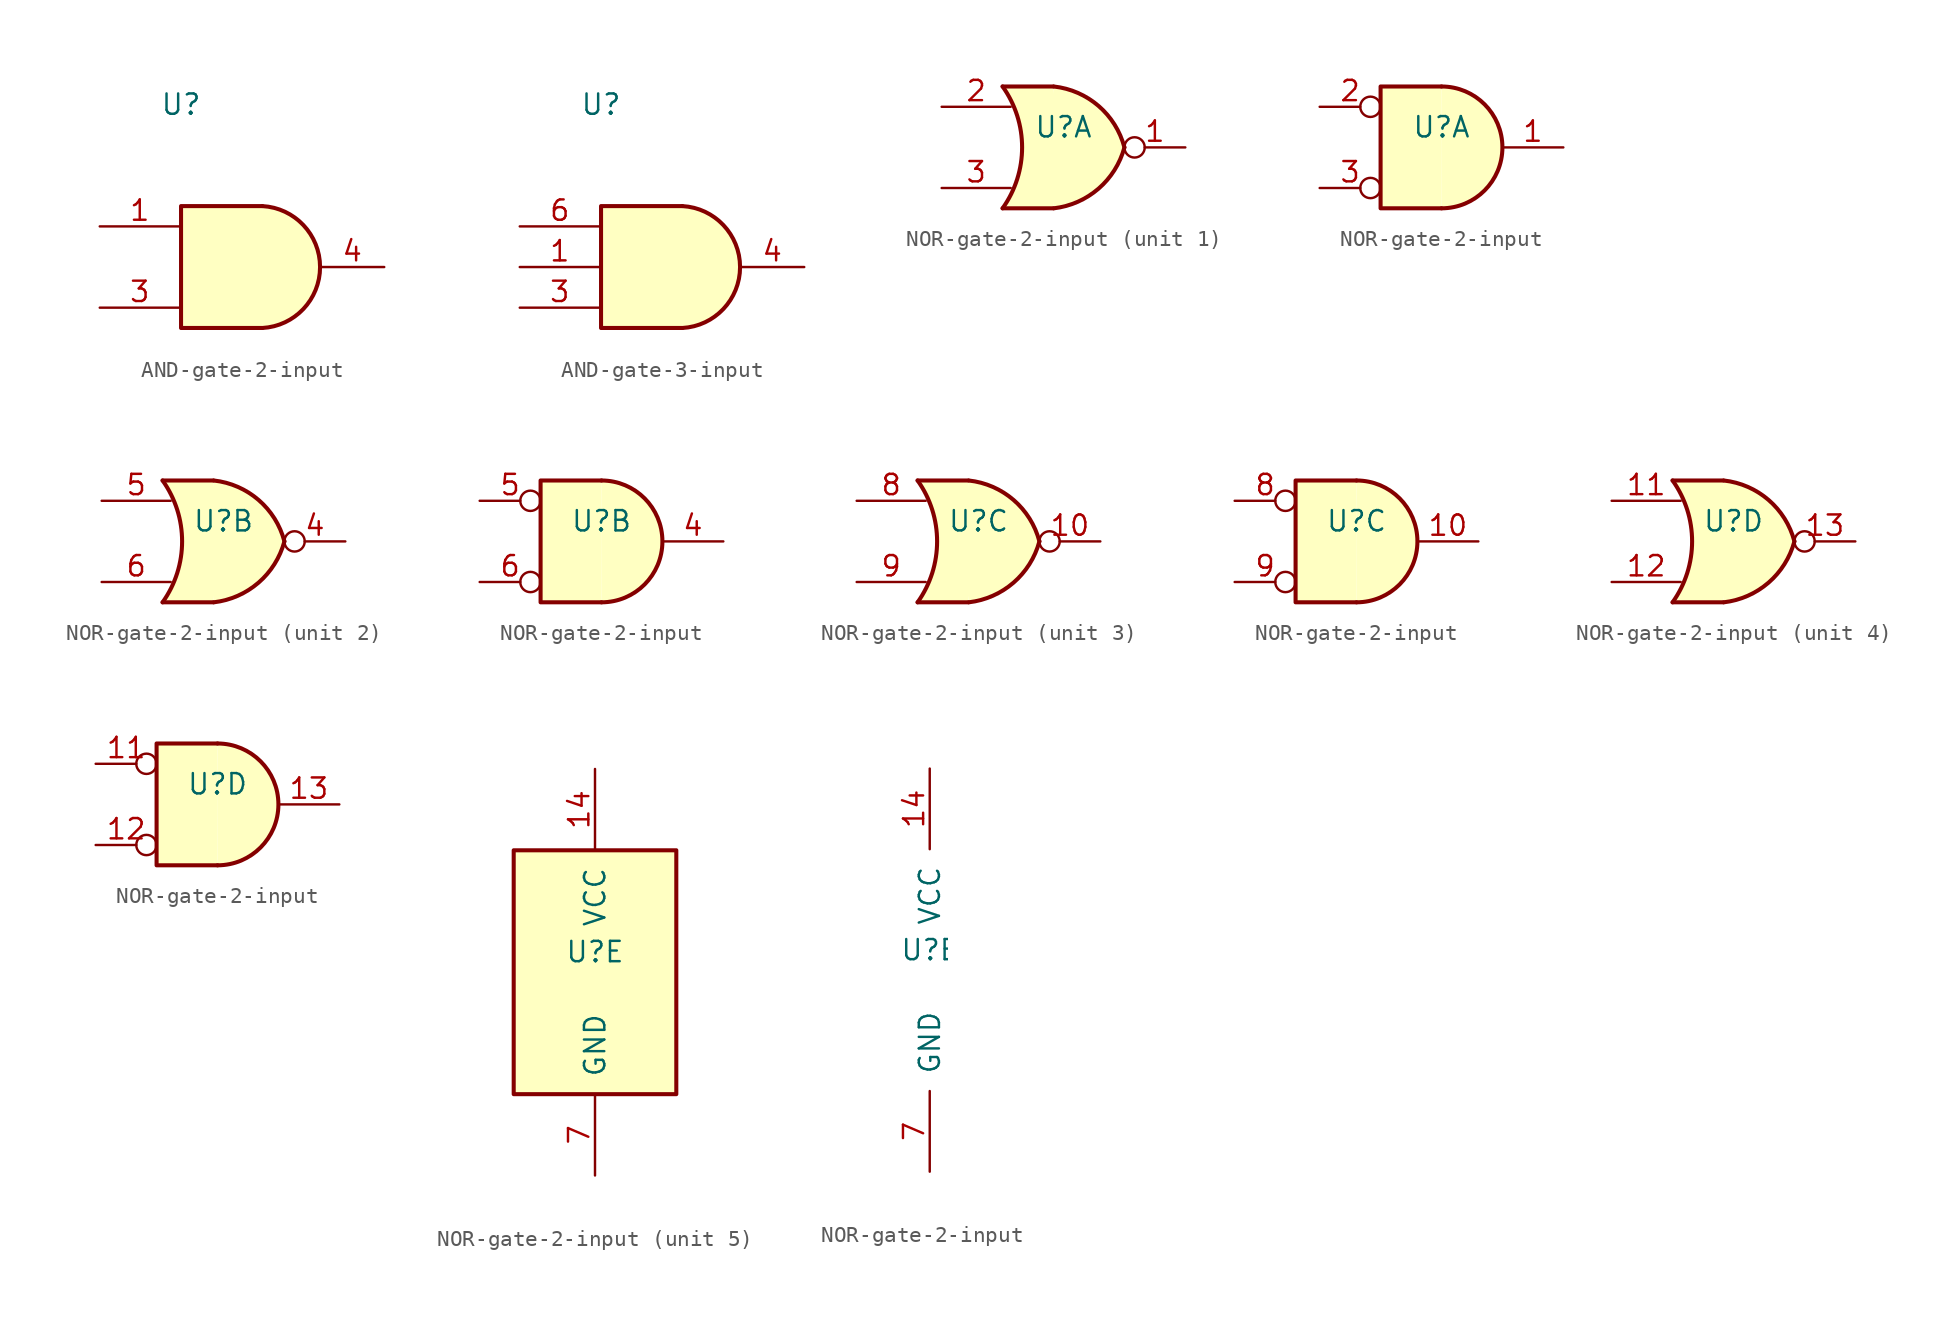
<source format=kicad_sym>
(kicad_symbol_lib
  (version 20220914)
  (generator kicad_symbol_editor)
  (symbol "AND-gate-2-input"
    (property "Reference" "U"
      (at -5.08 10.16 0)
      (effects (font (size 1.27 1.27))))
    (symbol "AND-gate-2-input_0_1"
      (arc (start 0 -3.81) (mid 3.609 0) (end 0 3.81) (stroke (width 0.254) (type default)) (fill (type background)))
      (polyline (pts (xy 0 -3.81) (xy -5.08 -3.81) (xy -5.08 3.81) (xy 0 3.81)) (stroke (width 0.254) (type default)) (fill (type background))))
    (symbol "AND-gate-2-input_1_1"
      (pin input line (at -10.16 2.54 0) (length 5) (name "~" (effects (font (size 1.27 1.27)))) (number "1" (effects (font (size 1.27 1.27)))))
      (pin input line (at -10.16 -2.54 0) (length 5) (name "~" (effects (font (size 1.27 1.27)))) (number "3" (effects (font (size 1.27 1.27)))))
      (pin output line (at 7.62 0 180) (length 4) (name "~" (effects (font (size 1.27 1.27)))) (number "4" (effects (font (size 1.27 1.27)))))))
  (symbol "AND-gate-3-input"
    (property "Reference" "U"
      (at -5.08 10.16 0)
      (effects (font (size 1.27 1.27))))
    (symbol "AND-gate-3-input_0_1"
      (arc (start 0 -3.81) (mid 3.609 0) (end 0 3.81) (stroke (width 0.254) (type default)) (fill (type background)))
      (polyline (pts (xy 0 -3.81) (xy -5.08 -3.81) (xy -5.08 3.81) (xy 0 3.81)) (stroke (width 0.254) (type default)) (fill (type background))))
    (symbol "AND-gate-3-input_1_1"
      (pin input line (at -10.16 0 0) (length 5) (name "~" (effects (font (size 1.27 1.27)))) (number "1" (effects (font (size 1.27 1.27)))))
      (pin input line (at -10.16 -2.54 0) (length 5) (name "~" (effects (font (size 1.27 1.27)))) (number "3" (effects (font (size 1.27 1.27)))))
      (pin output line (at 7.62 0 180) (length 4) (name "~" (effects (font (size 1.27 1.27)))) (number "4" (effects (font (size 1.27 1.27)))))
      (pin input line (at -10.16 2.54 0) (length 5) (name "~" (effects (font (size 1.27 1.27)))) (number "6" (effects (font (size 1.27 1.27)))))))
  (symbol "NOR-gate-2-input"
    (pin_names
      (offset 1.016))
    (property "Reference" "U"
      (at 0 1.27 0)
      (effects (font (size 1.27 1.27))))
    (property "ki_locked" ""
      (at 0 0 0)
      (effects (font (size 1.27 1.27))))
    (symbol "NOR-gate-2-input_1_1"
      (arc (start -3.81 -3.81) (mid -2.589 0) (end -3.81 3.81) (stroke (width 0.254) (type default)) (fill (type none)))
      (arc (start -0.6096 -3.81) (mid 2.1842 -2.5851) (end 3.81 0) (stroke (width 0.254) (type default)) (fill (type background)))
      (polyline (pts (xy -3.81 -3.81) (xy -0.635 -3.81)) (stroke (width 0.254) (type default)) (fill (type background)))
      (polyline (pts (xy -3.81 3.81) (xy -0.635 3.81)) (stroke (width 0.254) (type default)) (fill (type background)))
      (polyline (pts (xy -0.635 3.81) (xy -3.81 3.81) (xy -3.81 3.81) (xy -3.556 3.404) (xy -3.023 2.261) (xy -2.692 1.041) (xy -2.616 -0.254) (xy -2.769 -1.499) (xy -3.175 -2.718) (xy -3.81 -3.81) (xy -3.81 -3.81) (xy -0.635 -3.81)) (stroke (width -25.4) (type default)) (fill (type background)))
      (arc (start 3.81 0) (mid 2.1915 2.5936) (end -0.6096 3.81) (stroke (width 0.254) (type default)) (fill (type background)))
      (pin output inverted (at 7.62 0 180) (length 3.81) (name "~" (effects (font (size 1.27 1.27)))) (number "1" (effects (font (size 1.27 1.27)))))
      (pin input line (at -7.62 2.54 0) (length 4.318) (name "~" (effects (font (size 1.27 1.27)))) (number "2" (effects (font (size 1.27 1.27)))))
      (pin input line (at -7.62 -2.54 0) (length 4.318) (name "~" (effects (font (size 1.27 1.27)))) (number "3" (effects (font (size 1.27 1.27))))))
    (symbol "NOR-gate-2-input_1_2"
      (arc (start 0 -3.81) (mid 3.7934 0) (end 0 3.81) (stroke (width 0.254) (type default)) (fill (type background)))
      (polyline (pts (xy 0 3.81) (xy -3.81 3.81) (xy -3.81 -3.81) (xy 0 -3.81)) (stroke (width 0.254) (type default)) (fill (type background)))
      (pin output line (at 7.62 0 180) (length 3.81) (name "~" (effects (font (size 1.27 1.27)))) (number "1" (effects (font (size 1.27 1.27)))))
      (pin input inverted (at -7.62 2.54 0) (length 3.81) (name "~" (effects (font (size 1.27 1.27)))) (number "2" (effects (font (size 1.27 1.27)))))
      (pin input inverted (at -7.62 -2.54 0) (length 3.81) (name "~" (effects (font (size 1.27 1.27)))) (number "3" (effects (font (size 1.27 1.27))))))
    (symbol "NOR-gate-2-input_2_1"
      (arc (start -3.81 -3.81) (mid -2.589 0) (end -3.81 3.81) (stroke (width 0.254) (type default)) (fill (type none)))
      (arc (start -0.6096 -3.81) (mid 2.1842 -2.5851) (end 3.81 0) (stroke (width 0.254) (type default)) (fill (type background)))
      (polyline (pts (xy -3.81 -3.81) (xy -0.635 -3.81)) (stroke (width 0.254) (type default)) (fill (type background)))
      (polyline (pts (xy -3.81 3.81) (xy -0.635 3.81)) (stroke (width 0.254) (type default)) (fill (type background)))
      (polyline (pts (xy -0.635 3.81) (xy -3.81 3.81) (xy -3.81 3.81) (xy -3.556 3.404) (xy -3.023 2.261) (xy -2.692 1.041) (xy -2.616 -0.254) (xy -2.769 -1.499) (xy -3.175 -2.718) (xy -3.81 -3.81) (xy -3.81 -3.81) (xy -0.635 -3.81)) (stroke (width -25.4) (type default)) (fill (type background)))
      (arc (start 3.81 0) (mid 2.1915 2.5936) (end -0.6096 3.81) (stroke (width 0.254) (type default)) (fill (type background)))
      (pin output inverted (at 7.62 0 180) (length 3.81) (name "~" (effects (font (size 1.27 1.27)))) (number "4" (effects (font (size 1.27 1.27)))))
      (pin input line (at -7.62 2.54 0) (length 4.318) (name "~" (effects (font (size 1.27 1.27)))) (number "5" (effects (font (size 1.27 1.27)))))
      (pin input line (at -7.62 -2.54 0) (length 4.318) (name "~" (effects (font (size 1.27 1.27)))) (number "6" (effects (font (size 1.27 1.27))))))
    (symbol "NOR-gate-2-input_2_2"
      (arc (start 0 -3.81) (mid 3.7934 0) (end 0 3.81) (stroke (width 0.254) (type default)) (fill (type background)))
      (polyline (pts (xy 0 3.81) (xy -3.81 3.81) (xy -3.81 -3.81) (xy 0 -3.81)) (stroke (width 0.254) (type default)) (fill (type background)))
      (pin output line (at 7.62 0 180) (length 3.81) (name "~" (effects (font (size 1.27 1.27)))) (number "4" (effects (font (size 1.27 1.27)))))
      (pin input inverted (at -7.62 2.54 0) (length 3.81) (name "~" (effects (font (size 1.27 1.27)))) (number "5" (effects (font (size 1.27 1.27)))))
      (pin input inverted (at -7.62 -2.54 0) (length 3.81) (name "~" (effects (font (size 1.27 1.27)))) (number "6" (effects (font (size 1.27 1.27))))))
    (symbol "NOR-gate-2-input_3_1"
      (arc (start -3.81 -3.81) (mid -2.589 0) (end -3.81 3.81) (stroke (width 0.254) (type default)) (fill (type none)))
      (arc (start -0.6096 -3.81) (mid 2.1842 -2.5851) (end 3.81 0) (stroke (width 0.254) (type default)) (fill (type background)))
      (polyline (pts (xy -3.81 -3.81) (xy -0.635 -3.81)) (stroke (width 0.254) (type default)) (fill (type background)))
      (polyline (pts (xy -3.81 3.81) (xy -0.635 3.81)) (stroke (width 0.254) (type default)) (fill (type background)))
      (polyline (pts (xy -0.635 3.81) (xy -3.81 3.81) (xy -3.81 3.81) (xy -3.556 3.404) (xy -3.023 2.261) (xy -2.692 1.041) (xy -2.616 -0.254) (xy -2.769 -1.499) (xy -3.175 -2.718) (xy -3.81 -3.81) (xy -3.81 -3.81) (xy -0.635 -3.81)) (stroke (width -25.4) (type default)) (fill (type background)))
      (arc (start 3.81 0) (mid 2.1915 2.5936) (end -0.6096 3.81) (stroke (width 0.254) (type default)) (fill (type background)))
      (pin output inverted (at 7.62 0 180) (length 3.81) (name "~" (effects (font (size 1.27 1.27)))) (number "10" (effects (font (size 1.27 1.27)))))
      (pin input line (at -7.62 2.54 0) (length 4.318) (name "~" (effects (font (size 1.27 1.27)))) (number "8" (effects (font (size 1.27 1.27)))))
      (pin input line (at -7.62 -2.54 0) (length 4.318) (name "~" (effects (font (size 1.27 1.27)))) (number "9" (effects (font (size 1.27 1.27))))))
    (symbol "NOR-gate-2-input_3_2"
      (arc (start 0 -3.81) (mid 3.7934 0) (end 0 3.81) (stroke (width 0.254) (type default)) (fill (type background)))
      (polyline (pts (xy 0 3.81) (xy -3.81 3.81) (xy -3.81 -3.81) (xy 0 -3.81)) (stroke (width 0.254) (type default)) (fill (type background)))
      (pin output line (at 7.62 0 180) (length 3.81) (name "~" (effects (font (size 1.27 1.27)))) (number "10" (effects (font (size 1.27 1.27)))))
      (pin input inverted (at -7.62 2.54 0) (length 3.81) (name "~" (effects (font (size 1.27 1.27)))) (number "8" (effects (font (size 1.27 1.27)))))
      (pin input inverted (at -7.62 -2.54 0) (length 3.81) (name "~" (effects (font (size 1.27 1.27)))) (number "9" (effects (font (size 1.27 1.27))))))
    (symbol "NOR-gate-2-input_4_1"
      (arc (start -3.81 -3.81) (mid -2.589 0) (end -3.81 3.81) (stroke (width 0.254) (type default)) (fill (type none)))
      (arc (start -0.6096 -3.81) (mid 2.1842 -2.5851) (end 3.81 0) (stroke (width 0.254) (type default)) (fill (type background)))
      (polyline (pts (xy -3.81 -3.81) (xy -0.635 -3.81)) (stroke (width 0.254) (type default)) (fill (type background)))
      (polyline (pts (xy -3.81 3.81) (xy -0.635 3.81)) (stroke (width 0.254) (type default)) (fill (type background)))
      (polyline (pts (xy -0.635 3.81) (xy -3.81 3.81) (xy -3.81 3.81) (xy -3.556 3.404) (xy -3.023 2.261) (xy -2.692 1.041) (xy -2.616 -0.254) (xy -2.769 -1.499) (xy -3.175 -2.718) (xy -3.81 -3.81) (xy -3.81 -3.81) (xy -0.635 -3.81)) (stroke (width -25.4) (type default)) (fill (type background)))
      (arc (start 3.81 0) (mid 2.1915 2.5936) (end -0.6096 3.81) (stroke (width 0.254) (type default)) (fill (type background)))
      (pin input line (at -7.62 2.54 0) (length 4.318) (name "~" (effects (font (size 1.27 1.27)))) (number "11" (effects (font (size 1.27 1.27)))))
      (pin input line (at -7.62 -2.54 0) (length 4.318) (name "~" (effects (font (size 1.27 1.27)))) (number "12" (effects (font (size 1.27 1.27)))))
      (pin output inverted (at 7.62 0 180) (length 3.81) (name "~" (effects (font (size 1.27 1.27)))) (number "13" (effects (font (size 1.27 1.27))))))
    (symbol "NOR-gate-2-input_4_2"
      (arc (start 0 -3.81) (mid 3.7934 0) (end 0 3.81) (stroke (width 0.254) (type default)) (fill (type background)))
      (polyline (pts (xy 0 3.81) (xy -3.81 3.81) (xy -3.81 -3.81) (xy 0 -3.81)) (stroke (width 0.254) (type default)) (fill (type background)))
      (pin input inverted (at -7.62 2.54 0) (length 3.81) (name "~" (effects (font (size 1.27 1.27)))) (number "11" (effects (font (size 1.27 1.27)))))
      (pin input inverted (at -7.62 -2.54 0) (length 3.81) (name "~" (effects (font (size 1.27 1.27)))) (number "12" (effects (font (size 1.27 1.27)))))
      (pin output line (at 7.62 0 180) (length 3.81) (name "~" (effects (font (size 1.27 1.27)))) (number "13" (effects (font (size 1.27 1.27))))))
    (symbol "NOR-gate-2-input_5_0"
      (pin power_in line (at 0 12.7 270) (length 5.08) (name "VCC" (effects (font (size 1.27 1.27)))) (number "14" (effects (font (size 1.27 1.27)))))
      (pin power_in line (at 0 -12.7 90) (length 5.08) (name "GND" (effects (font (size 1.27 1.27)))) (number "7" (effects (font (size 1.27 1.27))))))
    (symbol "NOR-gate-2-input_5_1"
      (rectangle (start -5.08 7.62) (end 5.08 -7.62) (stroke (width 0.254) (type default)) (fill (type background))))))
</source>
